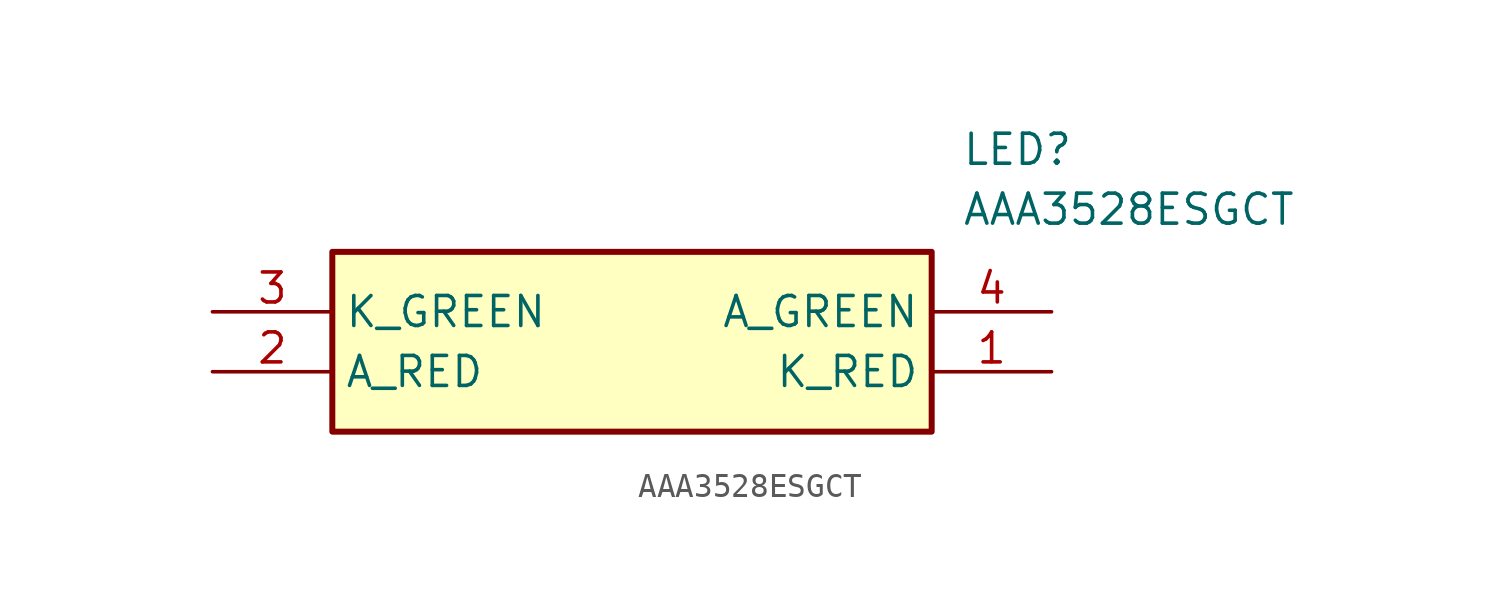
<source format=kicad_sym>
(kicad_symbol_lib
  (version 20231120)
  (generator "kicad_symbol_editor")
  (generator_version "8.0")
  (symbol "AAA3528ESGCT"
    (property "Reference" "LED"
      (at 31.75 7.62 0)
      (effects (font (size 1.27 1.27)) (justify left top)))
    (property "Value" "AAA3528ESGCT"
      (at 31.75 5.08 0)
      (effects (font (size 1.27 1.27)) (justify left top)))
    (symbol "AAA3528ESGCT_1_1"
      (rectangle (start 5.08 2.54) (end 30.48 -5.08) (stroke (width 0.254) (type default)) (fill (type background)))
      (pin passive line (at 35.56 -2.54 180) (length 5.08) (name "K_RED" (effects (font (size 1.27 1.27)))) (number "1" (effects (font (size 1.27 1.27)))))
      (pin passive line (at 0 -2.54 0) (length 5.08) (name "A_RED" (effects (font (size 1.27 1.27)))) (number "2" (effects (font (size 1.27 1.27)))))
      (pin passive line (at 0 0 0) (length 5.08) (name "K_GREEN" (effects (font (size 1.27 1.27)))) (number "3" (effects (font (size 1.27 1.27)))))
      (pin passive line (at 35.56 0 180) (length 5.08) (name "A_GREEN" (effects (font (size 1.27 1.27)))) (number "4" (effects (font (size 1.27 1.27))))))))
</source>
